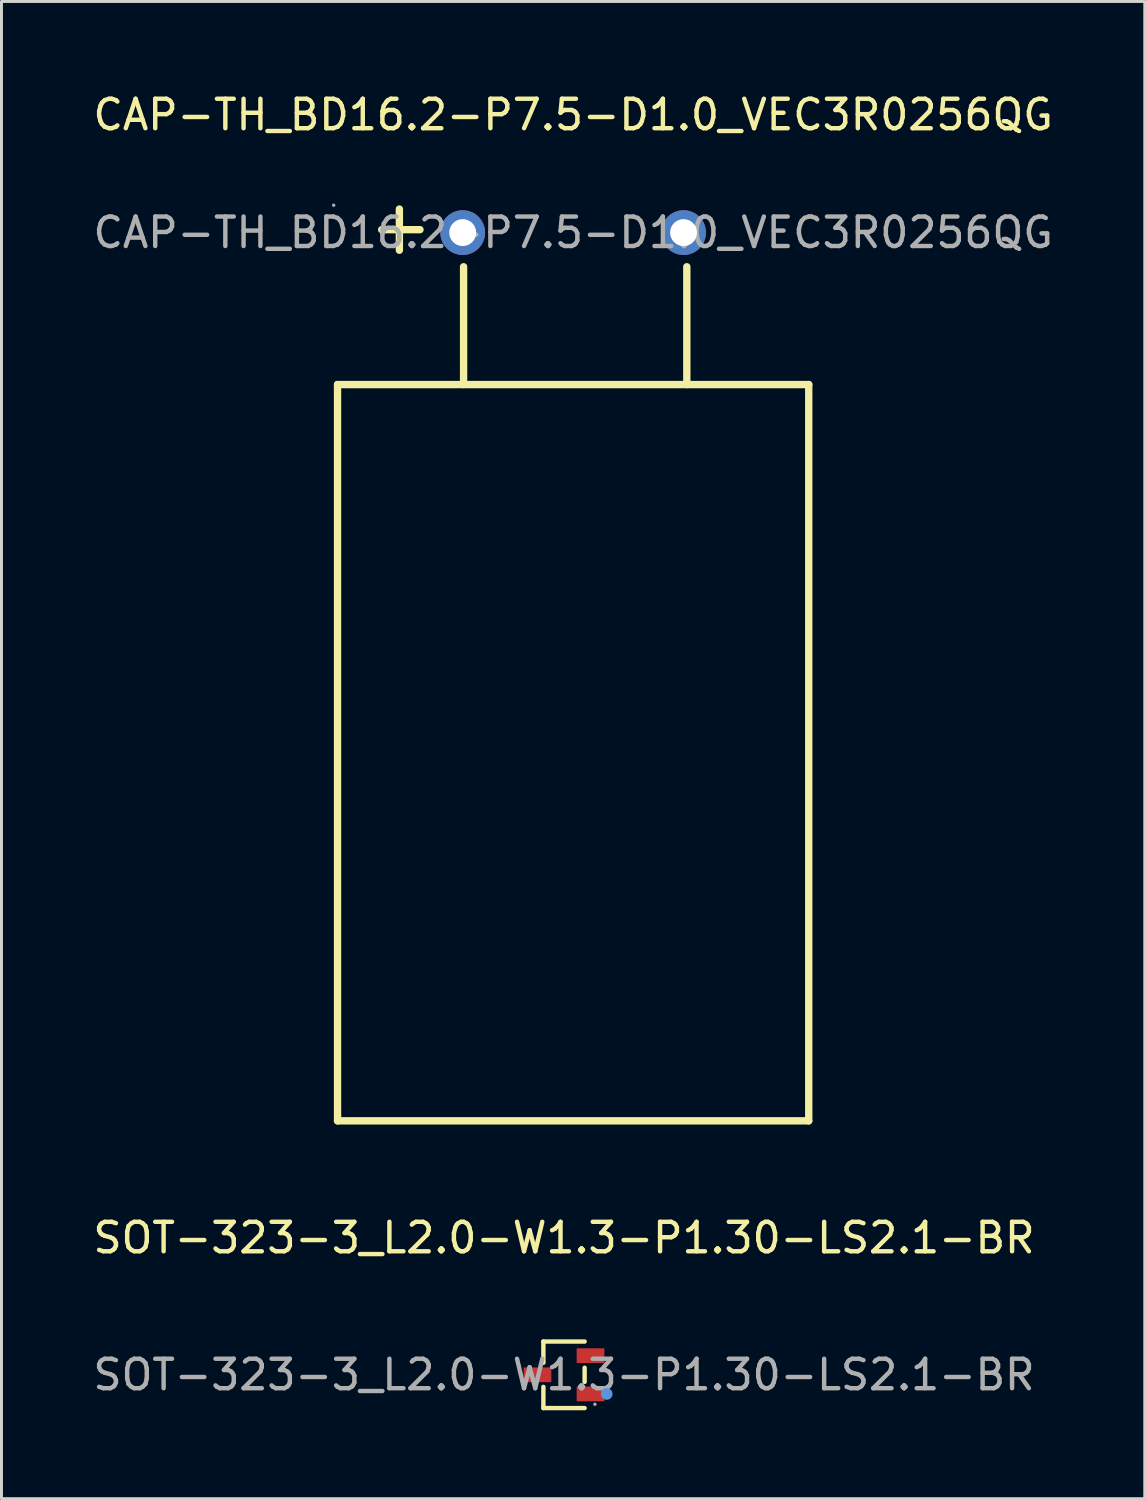
<source format=kicad_pcb>
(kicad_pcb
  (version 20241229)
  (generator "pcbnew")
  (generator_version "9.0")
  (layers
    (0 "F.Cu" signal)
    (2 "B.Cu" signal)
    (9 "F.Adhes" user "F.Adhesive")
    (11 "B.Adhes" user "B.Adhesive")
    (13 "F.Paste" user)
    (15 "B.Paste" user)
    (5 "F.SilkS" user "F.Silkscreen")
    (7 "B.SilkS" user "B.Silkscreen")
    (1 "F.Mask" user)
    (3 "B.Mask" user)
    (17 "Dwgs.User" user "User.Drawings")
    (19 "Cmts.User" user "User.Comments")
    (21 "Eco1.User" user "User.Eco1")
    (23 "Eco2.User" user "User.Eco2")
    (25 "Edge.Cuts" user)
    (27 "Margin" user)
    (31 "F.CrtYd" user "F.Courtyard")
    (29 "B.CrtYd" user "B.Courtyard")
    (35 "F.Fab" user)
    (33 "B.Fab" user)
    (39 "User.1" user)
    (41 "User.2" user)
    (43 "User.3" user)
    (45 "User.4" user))
  (footprint "SOT-323-3_L2.0-W1.3-P1.30-LS2.1-BR"
    (layer "F.Cu")
    (at 16.101 43.632)
    (property "Reference" "SOT-323-3_L2.0-W1.3-P1.30-LS2.1-BR" (at 0 -4.65 0) (layer "F.SilkS") (effects (font (size 1 1) (thickness 0.15))))
    (attr smd)
    (fp_line (start -0.7 -1.13) (end -0.7 -0.41) (stroke (width 0.15) (type solid)) (layer "F.SilkS"))
    (fp_line (start -0.7 1.13) (end -0.7 0.41) (stroke (width 0.15) (type solid)) (layer "F.SilkS"))
    (fp_line (start 0.7 -1.13) (end -0.7 -1.13) (stroke (width 0.15) (type solid)) (layer "F.SilkS"))
    (fp_line (start 0.7 -0.24) (end 0.7 0.24) (stroke (width 0.15) (type solid)) (layer "F.SilkS"))
    (fp_line (start 0.7 1.13) (end -0.7 1.13) (stroke (width 0.15) (type solid)) (layer "F.SilkS"))
    (fp_circle (center 1.45 0.65) (end 1.55 0.65) (stroke (width 0.2) (type solid)) (fill no) (layer "Cmts.User"))
    (fp_circle (center 1.05 1) (end 1.08 1) (stroke (width 0.06) (type solid)) (fill no) (layer "F.Fab"))
    (fp_text user "${REFERENCE}" (at 0 0 0) (layer "F.Fab") (effects (font (size 1 1) (thickness 0.15))))
    (pad "1" smd rect (at 0.9 0.65) (size 0.94 0.5) (layers "F.Cu" "F.Mask" "F.Paste"))
    (pad "2" smd rect (at 0.9 -0.65) (size 0.94 0.5) (layers "F.Cu" "F.Mask" "F.Paste"))
    (pad "3" smd rect (at -0.9 0) (size 0.94 0.5) (layers "F.Cu" "F.Mask" "F.Paste")))
  (footprint "CAP-TH_BD16.2-P7.5-D1.0_VEC3R0256QG"
    (layer "F.Cu")
    (at 16.411 4.848)
    (property "Reference" "CAP-TH_BD16.2-P7.5-D1.0_VEC3R0256QG" (at 0 -4 0) (layer "F.SilkS") (effects (font (size 1 1) (thickness 0.15))))
    (attr through_hole)
    (fp_line (start -8 5.16) (end 8 5.16) (stroke (width 0.25) (type solid)) (layer "F.SilkS"))
    (fp_line (start -8 30.16) (end -8 5.16) (stroke (width 0.25) (type solid)) (layer "F.SilkS"))
    (fp_line (start -8 30.16) (end 8 30.16) (stroke (width 0.25) (type solid)) (layer "F.SilkS"))
    (fp_line (start -6.5 -0.1) (end -5.2 -0.1) (stroke (width 0.25) (type solid)) (layer "F.SilkS"))
    (fp_line (start -5.9 0.6) (end -5.9 -0.8) (stroke (width 0.25) (type solid)) (layer "F.SilkS"))
    (fp_line (start -3.72 5.16) (end -3.72 1.16) (stroke (width 0.25) (type solid)) (layer "F.SilkS"))
    (fp_line (start 3.86 5.16) (end 3.86 1.16) (stroke (width 0.25) (type solid)) (layer "F.SilkS"))
    (fp_line (start 8 30.16) (end 8 5.16) (stroke (width 0.25) (type solid)) (layer "F.SilkS"))
    (fp_circle (center -8.13 -0.93) (end -8.1 -0.93) (stroke (width 0.06) (type solid)) (fill no) (layer "F.Fab"))
    (fp_circle (center -3.75 0) (end -3.57 0) (stroke (width 0.36) (type solid)) (fill no) (layer "F.Fab"))
    (fp_circle (center 3.75 0) (end 3.93 0) (stroke (width 0.36) (type solid)) (fill no) (layer "F.Fab"))
    (fp_text user "${REFERENCE}" (at 0 0 0) (layer "F.Fab") (effects (font (size 1 1) (thickness 0.15))))
    (pad "1" thru_hole circle (at -3.75 0 90) (size 1.52 1.52) (drill 0.914) (layers "*.Cu" "*.Mask"))
    (pad "2" thru_hole circle (at 3.75 0 90) (size 1.52 1.52) (drill 0.914) (layers "*.Cu" "*.Mask")))
  (gr_rect
    (start -3 -3)
    (end 35.821 47.837)
    (stroke (width 0.1) (type default))
    (fill no)
    (layer "Edge.Cuts")))
</source>
